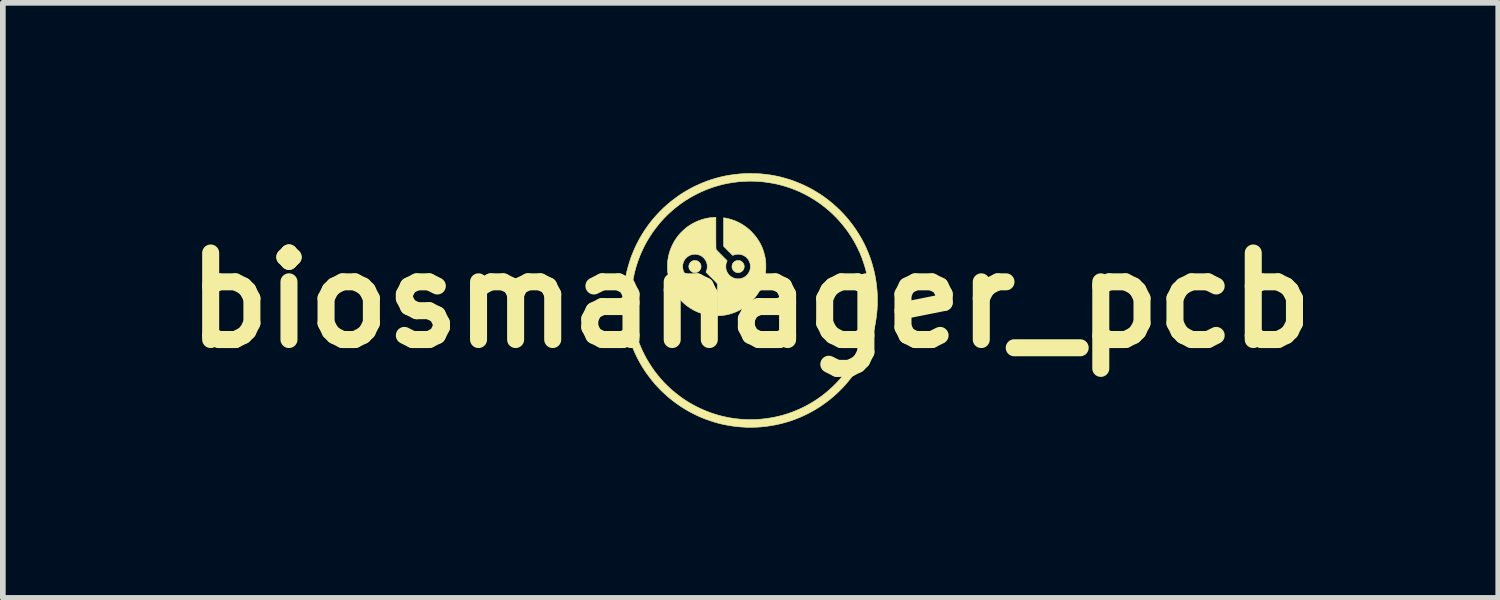
<source format=kicad_pcb>
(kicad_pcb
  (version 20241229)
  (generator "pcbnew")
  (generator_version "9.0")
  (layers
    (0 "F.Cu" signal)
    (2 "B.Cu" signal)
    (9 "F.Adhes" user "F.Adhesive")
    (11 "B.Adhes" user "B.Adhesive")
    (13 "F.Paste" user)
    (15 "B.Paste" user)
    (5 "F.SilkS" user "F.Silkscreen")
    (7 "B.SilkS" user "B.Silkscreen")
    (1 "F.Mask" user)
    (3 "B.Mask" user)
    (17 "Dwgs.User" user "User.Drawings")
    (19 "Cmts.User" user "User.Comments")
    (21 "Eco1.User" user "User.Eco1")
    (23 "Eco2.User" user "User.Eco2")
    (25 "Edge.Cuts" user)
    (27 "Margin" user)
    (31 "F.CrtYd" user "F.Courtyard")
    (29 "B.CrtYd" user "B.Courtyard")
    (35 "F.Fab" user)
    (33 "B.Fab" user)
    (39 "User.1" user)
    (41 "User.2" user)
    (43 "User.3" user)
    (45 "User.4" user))
  (footprint "biosmanager_pcb"
    (layer "F.Cu")
    (at 10.167 2.24)
    (property "Reference" "biosmanager_pcb" (at 0 0 0) (layer "F.SilkS") (effects (font (size 1.524 1.524) (thickness 0.3))))
    (attr through_hole)
    (fp_poly (pts (xy -0.205 -0.703) (xy -0.19 -0.7) (xy -0.188 -0.7) (xy -0.17 -0.693) (xy -0.155 -0.683) (xy -0.141 -0.671) (xy -0.13 -0.657) (xy -0.121 -0.642) (xy -0.115 -0.626) (xy -0.111 -0.608) (xy -0.111 -0.59) (xy -0.113 -0.572) (xy -0.117 -0.56) (xy -0.124 -0.543) (xy -0.135 -0.528) (xy -0.147 -0.515) (xy -0.162 -0.505) (xy -0.178 -0.496) (xy -0.195 -0.491) (xy -0.213 -0.489) (xy -0.221 -0.488) (xy -0.229 -0.489) (xy -0.235 -0.489) (xy -0.237 -0.489) (xy -0.255 -0.494) (xy -0.271 -0.502) (xy -0.287 -0.513) (xy -0.3 -0.526) (xy -0.311 -0.541) (xy -0.319 -0.558) (xy -0.323 -0.568) (xy -0.325 -0.578) (xy -0.326 -0.589) (xy -0.326 -0.601) (xy -0.325 -0.613) (xy -0.323 -0.623) (xy -0.323 -0.624) (xy -0.316 -0.642) (xy -0.306 -0.659) (xy -0.294 -0.673) (xy -0.279 -0.685) (xy -0.262 -0.694) (xy -0.251 -0.699) (xy -0.237 -0.702) (xy -0.221 -0.704) (xy -0.205 -0.703)) (stroke (width 0.01) (type solid)) (fill yes) (layer "F.SilkS"))
    (fp_poly (pts (xy -0.965 -0.703) (xy -0.955 -0.702) (xy -0.953 -0.701) (xy -0.936 -0.695) (xy -0.92 -0.686) (xy -0.905 -0.675) (xy -0.893 -0.661) (xy -0.883 -0.646) (xy -0.876 -0.629) (xy -0.873 -0.618) (xy -0.871 -0.605) (xy -0.871 -0.593) (xy -0.872 -0.581) (xy -0.873 -0.575) (xy -0.878 -0.556) (xy -0.887 -0.54) (xy -0.897 -0.525) (xy -0.91 -0.513) (xy -0.925 -0.502) (xy -0.942 -0.495) (xy -0.96 -0.49) (xy -0.973 -0.489) (xy -0.981 -0.488) (xy -0.987 -0.488) (xy -0.992 -0.489) (xy -0.993 -0.489) (xy -1.012 -0.493) (xy -1.029 -0.501) (xy -1.044 -0.511) (xy -1.058 -0.523) (xy -1.069 -0.538) (xy -1.078 -0.554) (xy -1.084 -0.572) (xy -1.085 -0.58) (xy -1.086 -0.588) (xy -1.087 -0.595) (xy -1.087 -0.601) (xy -1.086 -0.608) (xy -1.085 -0.612) (xy -1.08 -0.631) (xy -1.073 -0.648) (xy -1.062 -0.664) (xy -1.05 -0.677) (xy -1.034 -0.688) (xy -1.017 -0.697) (xy -1.007 -0.7) (xy -0.998 -0.702) (xy -0.988 -0.703) (xy -0.976 -0.703) (xy -0.965 -0.703)) (stroke (width 0.01) (type solid)) (fill yes) (layer "F.SilkS"))
    (fp_poly (pts (xy -0.61 -1.189) (xy -0.61 -1.153) (xy -0.61 -1.12) (xy -0.61 -1.09) (xy -0.61 -1.063) (xy -0.61 -1.039) (xy -0.61 -1.017) (xy -0.609 -0.998) (xy -0.609 -0.981) (xy -0.609 -0.966) (xy -0.609 -0.953) (xy -0.609 -0.942) (xy -0.609 -0.932) (xy -0.608 -0.924) (xy -0.608 -0.918) (xy -0.607 -0.912) (xy -0.607 -0.908) (xy -0.606 -0.904) (xy -0.606 -0.901) (xy -0.605 -0.899) (xy -0.604 -0.897) (xy -0.603 -0.895) (xy -0.602 -0.893) (xy -0.601 -0.892) (xy -0.601 -0.891) (xy -0.599 -0.889) (xy -0.595 -0.884) (xy -0.589 -0.878) (xy -0.581 -0.87) (xy -0.572 -0.86) (xy -0.561 -0.849) (xy -0.549 -0.837) (xy -0.536 -0.823) (xy -0.522 -0.809) (xy -0.507 -0.794) (xy -0.504 -0.791) (xy -0.411 -0.698) (xy -0.418 -0.681) (xy -0.422 -0.671) (xy -0.425 -0.66) (xy -0.429 -0.65) (xy -0.43 -0.646) (xy -0.431 -0.639) (xy -0.433 -0.633) (xy -0.433 -0.627) (xy -0.434 -0.62) (xy -0.434 -0.612) (xy -0.434 -0.602) (xy -0.434 -0.596) (xy -0.434 -0.584) (xy -0.434 -0.576) (xy -0.434 -0.568) (xy -0.433 -0.562) (xy -0.432 -0.556) (xy -0.431 -0.55) (xy -0.43 -0.546) (xy -0.422 -0.52) (xy -0.411 -0.496) (xy -0.398 -0.474) (xy -0.382 -0.454) (xy -0.37 -0.441) (xy -0.35 -0.423) (xy -0.328 -0.409) (xy -0.304 -0.397) (xy -0.28 -0.388) (xy -0.255 -0.382) (xy -0.229 -0.38) (xy -0.202 -0.38) (xy -0.176 -0.383) (xy -0.154 -0.389) (xy -0.13 -0.398) (xy -0.107 -0.41) (xy -0.085 -0.425) (xy -0.066 -0.442) (xy -0.049 -0.462) (xy -0.033 -0.483) (xy -0.021 -0.506) (xy -0.011 -0.531) (xy -0.011 -0.532) (xy -0.005 -0.555) (xy -0.002 -0.58) (xy -0.002 -0.605) (xy -0.004 -0.63) (xy -0.009 -0.654) (xy -0.011 -0.66) (xy -0.021 -0.685) (xy -0.033 -0.708) (xy -0.048 -0.73) (xy -0.065 -0.75) (xy -0.085 -0.767) (xy -0.106 -0.782) (xy -0.129 -0.794) (xy -0.154 -0.803) (xy -0.154 -0.803) (xy -0.181 -0.81) (xy -0.208 -0.813) (xy -0.234 -0.812) (xy -0.261 -0.809) (xy -0.287 -0.802) (xy -0.304 -0.795) (xy -0.313 -0.792) (xy -0.394 -0.872) (xy -0.474 -0.953) (xy -0.474 -1.455) (xy -0.465 -1.454) (xy -0.458 -1.453) (xy -0.448 -1.451) (xy -0.436 -1.449) (xy -0.423 -1.446) (xy -0.41 -1.443) (xy -0.398 -1.441) (xy -0.387 -1.438) (xy -0.378 -1.436) (xy -0.378 -1.436) (xy -0.325 -1.42) (xy -0.274 -1.402) (xy -0.225 -1.38) (xy -0.177 -1.356) (xy -0.131 -1.328) (xy -0.086 -1.298) (xy -0.044 -1.265) (xy -0.003 -1.229) (xy 0.017 -1.209) (xy 0.054 -1.169) (xy 0.089 -1.128) (xy 0.121 -1.084) (xy 0.15 -1.039) (xy 0.176 -0.993) (xy 0.199 -0.945) (xy 0.219 -0.895) (xy 0.235 -0.844) (xy 0.249 -0.792) (xy 0.26 -0.739) (xy 0.262 -0.721) (xy 0.264 -0.707) (xy 0.266 -0.693) (xy 0.267 -0.681) (xy 0.268 -0.669) (xy 0.269 -0.656) (xy 0.27 -0.643) (xy 0.27 -0.627) (xy 0.27 -0.61) (xy 0.27 -0.596) (xy 0.27 -0.577) (xy 0.27 -0.56) (xy 0.269 -0.545) (xy 0.269 -0.532) (xy 0.268 -0.519) (xy 0.267 -0.507) (xy 0.266 -0.495) (xy 0.264 -0.481) (xy 0.262 -0.471) (xy 0.253 -0.417) (xy 0.24 -0.365) (xy 0.224 -0.314) (xy 0.205 -0.263) (xy 0.183 -0.215) (xy 0.158 -0.167) (xy 0.13 -0.121) (xy 0.098 -0.076) (xy 0.071 -0.042) (xy 0.042 -0.009) (xy 0.01 0.024) (xy -0.023 0.055) (xy -0.057 0.084) (xy -0.076 0.098) (xy -0.121 0.13) (xy -0.167 0.158) (xy -0.214 0.183) (xy -0.263 0.205) (xy -0.313 0.224) (xy -0.364 0.24) (xy -0.416 0.253) (xy -0.468 0.262) (xy -0.521 0.268) (xy -0.556 0.27) (xy -0.583 0.271) (xy -0.583 -0.003) (xy -0.583 -0.039) (xy -0.583 -0.072) (xy -0.583 -0.102) (xy -0.583 -0.129) (xy -0.583 -0.153) (xy -0.583 -0.175) (xy -0.583 -0.194) (xy -0.583 -0.211) (xy -0.583 -0.226) (xy -0.583 -0.239) (xy -0.583 -0.25) (xy -0.584 -0.26) (xy -0.584 -0.268) (xy -0.584 -0.274) (xy -0.585 -0.28) (xy -0.585 -0.284) (xy -0.586 -0.288) (xy -0.586 -0.291) (xy -0.587 -0.293) (xy -0.588 -0.295) (xy -0.589 -0.297) (xy -0.59 -0.299) (xy -0.591 -0.3) (xy -0.591 -0.301) (xy -0.593 -0.304) (xy -0.597 -0.308) (xy -0.603 -0.314) (xy -0.611 -0.322) (xy -0.62 -0.332) (xy -0.631 -0.343) (xy -0.643 -0.356) (xy -0.656 -0.369) (xy -0.67 -0.383) (xy -0.685 -0.398) (xy -0.69 -0.402) (xy -0.784 -0.497) (xy -0.778 -0.513) (xy -0.775 -0.522) (xy -0.771 -0.533) (xy -0.768 -0.543) (xy -0.767 -0.545) (xy -0.766 -0.551) (xy -0.765 -0.556) (xy -0.764 -0.561) (xy -0.764 -0.567) (xy -0.763 -0.574) (xy -0.763 -0.583) (xy -0.763 -0.595) (xy -0.763 -0.596) (xy -0.763 -0.608) (xy -0.763 -0.617) (xy -0.763 -0.625) (xy -0.764 -0.631) (xy -0.765 -0.636) (xy -0.766 -0.641) (xy -0.767 -0.647) (xy -0.767 -0.647) (xy -0.775 -0.671) (xy -0.784 -0.692) (xy -0.795 -0.711) (xy -0.808 -0.73) (xy -0.81 -0.732) (xy -0.828 -0.752) (xy -0.848 -0.769) (xy -0.87 -0.784) (xy -0.894 -0.796) (xy -0.919 -0.804) (xy -0.945 -0.81) (xy -0.971 -0.813) (xy -0.979 -0.813) (xy -1.005 -0.811) (xy -1.031 -0.806) (xy -1.056 -0.799) (xy -1.079 -0.788) (xy -1.1 -0.776) (xy -1.12 -0.76) (xy -1.138 -0.743) (xy -1.154 -0.724) (xy -1.168 -0.702) (xy -1.179 -0.68) (xy -1.187 -0.655) (xy -1.193 -0.63) (xy -1.195 -0.604) (xy -1.195 -0.596) (xy -1.194 -0.569) (xy -1.189 -0.543) (xy -1.181 -0.517) (xy -1.17 -0.493) (xy -1.155 -0.47) (xy -1.144 -0.457) (xy -1.126 -0.437) (xy -1.105 -0.42) (xy -1.083 -0.406) (xy -1.059 -0.395) (xy -1.034 -0.386) (xy -1.008 -0.381) (xy -0.981 -0.379) (xy -0.979 -0.379) (xy -0.956 -0.38) (xy -0.934 -0.384) (xy -0.913 -0.389) (xy -0.895 -0.396) (xy -0.88 -0.402) (xy -0.799 -0.321) (xy -0.718 -0.24) (xy -0.718 0.263) (xy -0.727 0.262) (xy -0.734 0.26) (xy -0.744 0.259) (xy -0.756 0.256) (xy -0.769 0.254) (xy -0.782 0.251) (xy -0.794 0.249) (xy -0.805 0.246) (xy -0.814 0.244) (xy -0.814 0.244) (xy -0.867 0.228) (xy -0.918 0.21) (xy -0.968 0.188) (xy -1.015 0.164) (xy -1.061 0.136) (xy -1.106 0.106) (xy -1.148 0.073) (xy -1.189 0.037) (xy -1.209 0.017) (xy -1.247 -0.023) (xy -1.281 -0.064) (xy -1.313 -0.108) (xy -1.342 -0.153) (xy -1.368 -0.199) (xy -1.391 -0.248) (xy -1.411 -0.297) (xy -1.427 -0.348) (xy -1.441 -0.4) (xy -1.452 -0.453) (xy -1.454 -0.471) (xy -1.456 -0.486) (xy -1.458 -0.499) (xy -1.46 -0.511) (xy -1.461 -0.523) (xy -1.461 -0.536) (xy -1.462 -0.549) (xy -1.462 -0.565) (xy -1.462 -0.582) (xy -1.462 -0.596) (xy -1.462 -0.616) (xy -1.462 -0.632) (xy -1.462 -0.647) (xy -1.461 -0.66) (xy -1.46 -0.673) (xy -1.459 -0.685) (xy -1.458 -0.697) (xy -1.456 -0.711) (xy -1.454 -0.721) (xy -1.445 -0.775) (xy -1.432 -0.827) (xy -1.416 -0.879) (xy -1.397 -0.929) (xy -1.375 -0.978) (xy -1.35 -1.025) (xy -1.322 -1.071) (xy -1.291 -1.116) (xy -1.264 -1.15) (xy -1.234 -1.184) (xy -1.202 -1.216) (xy -1.169 -1.247) (xy -1.135 -1.276) (xy -1.116 -1.291) (xy -1.071 -1.322) (xy -1.025 -1.35) (xy -0.978 -1.375) (xy -0.929 -1.397) (xy -0.879 -1.416) (xy -0.828 -1.432) (xy -0.777 -1.445) (xy -0.724 -1.454) (xy -0.671 -1.46) (xy -0.636 -1.462) (xy -0.61 -1.464) (xy -0.61 -1.189)) (stroke (width 0.01) (type solid)) (fill yes) (layer "F.SilkS"))
    (fp_poly (pts (xy 0.088 -2.233) (xy 0.175 -2.229) (xy 0.261 -2.22) (xy 0.347 -2.209) (xy 0.431 -2.194) (xy 0.516 -2.176) (xy 0.599 -2.154) (xy 0.681 -2.13) (xy 0.762 -2.102) (xy 0.842 -2.071) (xy 0.921 -2.037) (xy 0.999 -2) (xy 1.076 -1.96) (xy 1.151 -1.916) (xy 1.225 -1.87) (xy 1.239 -1.861) (xy 1.311 -1.811) (xy 1.38 -1.758) (xy 1.447 -1.704) (xy 1.512 -1.646) (xy 1.575 -1.586) (xy 1.635 -1.524) (xy 1.693 -1.46) (xy 1.748 -1.393) (xy 1.801 -1.324) (xy 1.851 -1.253) (xy 1.899 -1.179) (xy 1.944 -1.104) (xy 1.958 -1.08) (xy 1.997 -1.006) (xy 2.034 -0.93) (xy 2.067 -0.852) (xy 2.098 -0.773) (xy 2.126 -0.693) (xy 2.15 -0.612) (xy 2.172 -0.529) (xy 2.191 -0.446) (xy 2.206 -0.362) (xy 2.218 -0.278) (xy 2.227 -0.193) (xy 2.233 -0.107) (xy 2.235 -0.022) (xy 2.235 0.064) (xy 2.23 0.149) (xy 2.23 0.155) (xy 2.222 0.242) (xy 2.211 0.328) (xy 2.197 0.414) (xy 2.18 0.498) (xy 2.159 0.582) (xy 2.135 0.665) (xy 2.108 0.747) (xy 2.077 0.827) (xy 2.044 0.906) (xy 2.007 0.985) (xy 1.968 1.062) (xy 1.925 1.137) (xy 1.879 1.211) (xy 1.861 1.239) (xy 1.811 1.311) (xy 1.758 1.38) (xy 1.703 1.448) (xy 1.646 1.513) (xy 1.586 1.575) (xy 1.524 1.635) (xy 1.46 1.693) (xy 1.393 1.748) (xy 1.324 1.801) (xy 1.252 1.852) (xy 1.239 1.861) (xy 1.165 1.908) (xy 1.09 1.952) (xy 1.014 1.993) (xy 0.936 2.03) (xy 0.857 2.065) (xy 0.777 2.097) (xy 0.696 2.125) (xy 0.613 2.15) (xy 0.53 2.172) (xy 0.446 2.191) (xy 0.361 2.206) (xy 0.275 2.219) (xy 0.188 2.228) (xy 0.155 2.23) (xy 0.128 2.232) (xy 0.098 2.233) (xy 0.066 2.234) (xy 0.034 2.235) (xy 0.001 2.235) (xy -0.03 2.235) (xy -0.061 2.235) (xy -0.089 2.234) (xy -0.098 2.233) (xy -0.186 2.228) (xy -0.272 2.219) (xy -0.358 2.207) (xy -0.444 2.191) (xy -0.528 2.173) (xy -0.612 2.151) (xy -0.694 2.125) (xy -0.776 2.097) (xy -0.856 2.066) (xy -0.935 2.031) (xy -1.007 1.996) (xy -1.083 1.956) (xy -1.158 1.912) (xy -1.231 1.866) (xy -1.302 1.817) (xy -1.371 1.765) (xy -1.439 1.711) (xy -1.503 1.654) (xy -1.566 1.595) (xy -1.627 1.533) (xy -1.685 1.469) (xy -1.74 1.403) (xy -1.793 1.334) (xy -1.844 1.264) (xy -1.861 1.239) (xy -1.908 1.165) (xy -1.952 1.09) (xy -1.993 1.014) (xy -2.03 0.936) (xy -2.065 0.857) (xy -2.097 0.777) (xy -2.125 0.696) (xy -2.15 0.614) (xy -2.172 0.531) (xy -2.191 0.447) (xy -2.206 0.363) (xy -2.218 0.277) (xy -2.227 0.191) (xy -2.233 0.104) (xy -2.235 0.017) (xy -2.235 0) (xy -2.235 -0.008) (xy -2.099 -0.008) (xy -2.099 0.022) (xy -2.098 0.053) (xy -2.097 0.084) (xy -2.096 0.114) (xy -2.095 0.143) (xy -2.093 0.169) (xy -2.092 0.178) (xy -2.083 0.261) (xy -2.071 0.344) (xy -2.056 0.426) (xy -2.038 0.507) (xy -2.016 0.587) (xy -1.991 0.666) (xy -1.964 0.744) (xy -1.933 0.821) (xy -1.899 0.896) (xy -1.862 0.97) (xy -1.823 1.042) (xy -1.78 1.113) (xy -1.735 1.182) (xy -1.687 1.25) (xy -1.636 1.315) (xy -1.583 1.379) (xy -1.527 1.441) (xy -1.468 1.501) (xy -1.407 1.558) (xy -1.344 1.613) (xy -1.278 1.665) (xy -1.211 1.715) (xy -1.142 1.762) (xy -1.071 1.806) (xy -0.999 1.847) (xy -0.925 1.885) (xy -0.849 1.92) (xy -0.773 1.952) (xy -0.694 1.982) (xy -0.615 2.008) (xy -0.535 2.031) (xy -0.454 2.05) (xy -0.376 2.066) (xy -0.325 2.074) (xy -0.273 2.082) (xy -0.221 2.088) (xy -0.168 2.093) (xy -0.113 2.096) (xy -0.064 2.099) (xy -0.057 2.099) (xy -0.046 2.099) (xy -0.033 2.099) (xy -0.019 2.099) (xy -0.002 2.099) (xy 0.015 2.099) (xy 0.032 2.099) (xy 0.049 2.098) (xy 0.066 2.098) (xy 0.081 2.098) (xy 0.095 2.097) (xy 0.107 2.097) (xy 0.116 2.096) (xy 0.118 2.096) (xy 0.191 2.091) (xy 0.262 2.083) (xy 0.331 2.073) (xy 0.399 2.062) (xy 0.467 2.047) (xy 0.534 2.031) (xy 0.578 2.019) (xy 0.656 1.995) (xy 0.733 1.968) (xy 0.81 1.937) (xy 0.885 1.904) (xy 0.959 1.868) (xy 1.031 1.829) (xy 1.102 1.787) (xy 1.171 1.743) (xy 1.19 1.73) (xy 1.258 1.681) (xy 1.324 1.629) (xy 1.388 1.575) (xy 1.45 1.518) (xy 1.509 1.459) (xy 1.566 1.398) (xy 1.62 1.335) (xy 1.672 1.269) (xy 1.721 1.202) (xy 1.768 1.133) (xy 1.811 1.062) (xy 1.852 0.989) (xy 1.89 0.914) (xy 1.925 0.838) (xy 1.949 0.782) (xy 1.976 0.71) (xy 2.001 0.637) (xy 2.023 0.564) (xy 2.042 0.49) (xy 2.058 0.415) (xy 2.072 0.339) (xy 2.083 0.262) (xy 2.091 0.182) (xy 2.097 0.114) (xy 2.098 0.091) (xy 2.099 0.066) (xy 2.099 0.038) (xy 2.099 0.008) (xy 2.099 -0.022) (xy 2.098 -0.053) (xy 2.097 -0.084) (xy 2.096 -0.114) (xy 2.095 -0.142) (xy 2.093 -0.169) (xy 2.092 -0.178) (xy 2.083 -0.262) (xy 2.071 -0.345) (xy 2.056 -0.427) (xy 2.037 -0.509) (xy 2.015 -0.59) (xy 1.99 -0.669) (xy 1.962 -0.748) (xy 1.931 -0.826) (xy 1.896 -0.902) (xy 1.859 -0.977) (xy 1.818 -1.051) (xy 1.774 -1.123) (xy 1.762 -1.141) (xy 1.717 -1.208) (xy 1.669 -1.273) (xy 1.618 -1.337) (xy 1.565 -1.399) (xy 1.509 -1.459) (xy 1.451 -1.517) (xy 1.391 -1.573) (xy 1.329 -1.625) (xy 1.303 -1.646) (xy 1.236 -1.697) (xy 1.167 -1.745) (xy 1.096 -1.791) (xy 1.024 -1.833) (xy 0.951 -1.872) (xy 0.876 -1.909) (xy 0.799 -1.942) (xy 0.722 -1.972) (xy 0.643 -1.999) (xy 0.563 -2.023) (xy 0.482 -2.044) (xy 0.4 -2.061) (xy 0.318 -2.075) (xy 0.235 -2.086) (xy 0.178 -2.092) (xy 0.157 -2.094) (xy 0.137 -2.095) (xy 0.118 -2.096) (xy 0.1 -2.097) (xy 0.082 -2.098) (xy 0.062 -2.098) (xy 0.041 -2.099) (xy 0.017 -2.099) (xy 0 -2.099) (xy -0.033 -2.099) (xy -0.064 -2.098) (xy -0.093 -2.097) (xy -0.121 -2.096) (xy -0.148 -2.094) (xy -0.176 -2.092) (xy -0.205 -2.09) (xy -0.235 -2.086) (xy -0.238 -2.086) (xy -0.32 -2.075) (xy -0.402 -2.061) (xy -0.483 -2.044) (xy -0.562 -2.023) (xy -0.641 -2) (xy -0.718 -1.973) (xy -0.794 -1.944) (xy -0.869 -1.911) (xy -0.942 -1.876) (xy -1.014 -1.838) (xy -1.084 -1.798) (xy -1.153 -1.755) (xy -1.22 -1.709) (xy -1.285 -1.66) (xy -1.348 -1.61) (xy -1.409 -1.556) (xy -1.468 -1.501) (xy -1.525 -1.443) (xy -1.58 -1.383) (xy -1.632 -1.321) (xy -1.682 -1.256) (xy -1.73 -1.19) (xy -1.775 -1.121) (xy -1.818 -1.051) (xy -1.858 -0.979) (xy -1.895 -0.904) (xy -1.929 -0.829) (xy -1.949 -0.782) (xy -1.976 -0.71) (xy -2.001 -0.638) (xy -2.023 -0.565) (xy -2.042 -0.492) (xy -2.058 -0.417) (xy -2.072 -0.341) (xy -2.083 -0.264) (xy -2.091 -0.185) (xy -2.097 -0.114) (xy -2.098 -0.091) (xy -2.099 -0.066) (xy -2.099 -0.038) (xy -2.099 -0.008) (xy -2.235 -0.008) (xy -2.233 -0.088) (xy -2.229 -0.175) (xy -2.22 -0.261) (xy -2.209 -0.347) (xy -2.194 -0.432) (xy -2.176 -0.516) (xy -2.154 -0.599) (xy -2.129 -0.682) (xy -2.102 -0.764) (xy -2.07 -0.844) (xy -2.036 -0.924) (xy -1.999 -1.002) (xy -1.996 -1.007) (xy -1.956 -1.083) (xy -1.912 -1.158) (xy -1.866 -1.231) (xy -1.817 -1.302) (xy -1.765 -1.372) (xy -1.711 -1.439) (xy -1.654 -1.503) (xy -1.595 -1.566) (xy -1.533 -1.627) (xy -1.469 -1.685) (xy -1.403 -1.74) (xy -1.334 -1.793) (xy -1.264 -1.844) (xy -1.239 -1.861) (xy -1.165 -1.908) (xy -1.09 -1.952) (xy -1.014 -1.993) (xy -0.936 -2.03) (xy -0.857 -2.065) (xy -0.777 -2.097) (xy -0.696 -2.125) (xy -0.614 -2.15) (xy -0.531 -2.172) (xy -0.447 -2.191) (xy -0.363 -2.206) (xy -0.277 -2.218) (xy -0.191 -2.227) (xy -0.104 -2.233) (xy -0.017 -2.235) (xy 0 -2.235) (xy 0.088 -2.233)) (stroke (width 0.01) (type solid)) (fill yes) (layer "F.SilkS")))
  (gr_rect
    (start -3 -3)
    (end 23.335 7.48)
    (stroke (width 0.1) (type default))
    (fill no)
    (layer "Edge.Cuts")))
</source>
